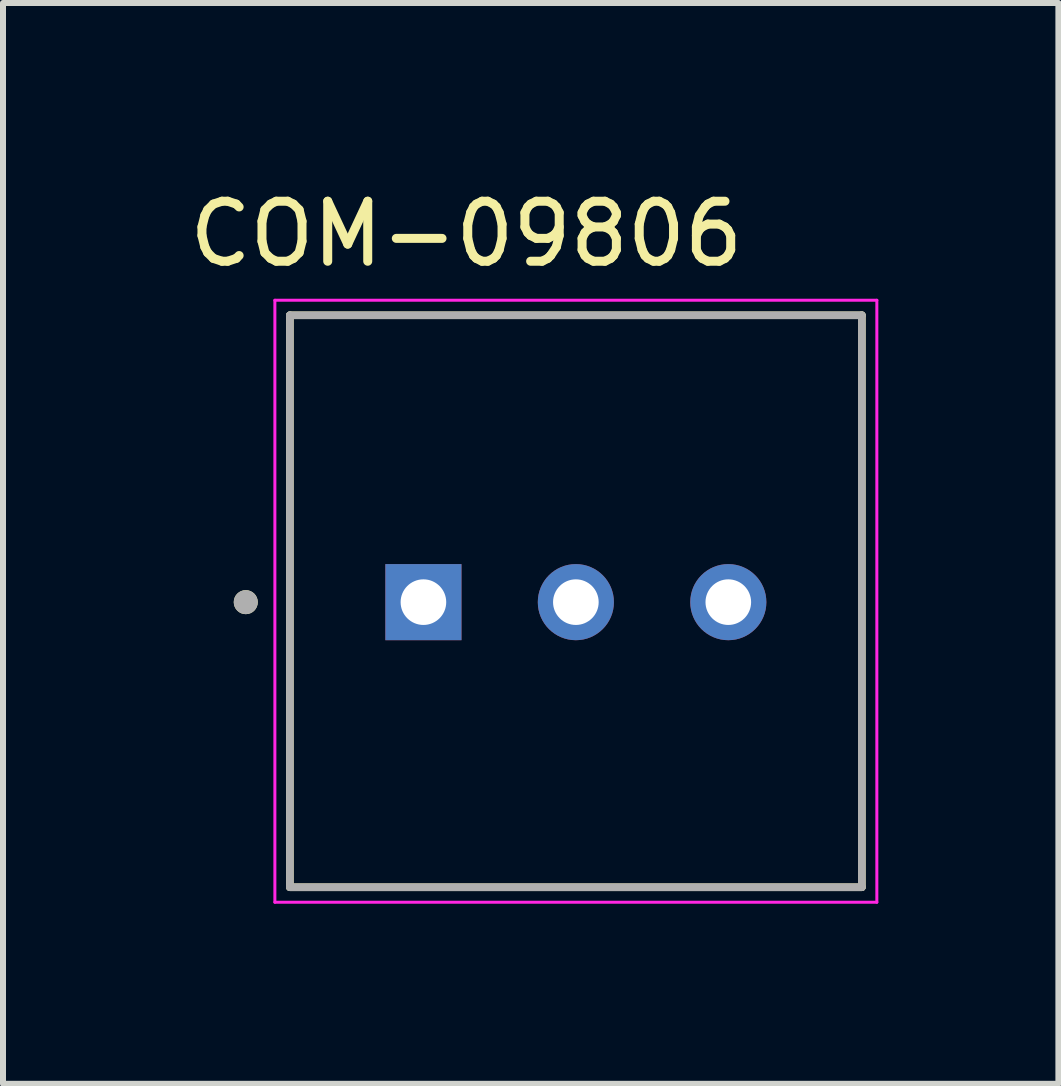
<source format=kicad_pcb>
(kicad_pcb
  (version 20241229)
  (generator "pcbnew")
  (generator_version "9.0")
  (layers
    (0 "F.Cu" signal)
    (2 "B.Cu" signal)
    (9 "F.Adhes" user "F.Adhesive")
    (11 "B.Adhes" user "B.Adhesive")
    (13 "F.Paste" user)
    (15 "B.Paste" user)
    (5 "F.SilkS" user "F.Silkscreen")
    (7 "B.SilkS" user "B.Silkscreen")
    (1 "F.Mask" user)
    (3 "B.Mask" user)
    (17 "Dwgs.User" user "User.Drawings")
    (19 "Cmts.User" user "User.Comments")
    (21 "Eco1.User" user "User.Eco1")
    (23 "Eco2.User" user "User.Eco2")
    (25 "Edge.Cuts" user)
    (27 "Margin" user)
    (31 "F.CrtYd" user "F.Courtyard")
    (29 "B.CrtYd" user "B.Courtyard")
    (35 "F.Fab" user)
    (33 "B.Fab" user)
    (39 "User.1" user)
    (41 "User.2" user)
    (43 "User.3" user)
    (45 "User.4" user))
  (footprint "COM-09806"
    (layer "F.Cu")
    (at 6.545 6.983)
    (property "Reference" "COM-09806" (at -1.825 -6.135 0) (layer "F.SilkS") (effects (font (size 1 1) (thickness 0.15))))
    (attr through_hole)
    (fp_line (start -4.765 -4.78) (end -4.765 4.75) (stroke (width 0.127) (type solid)) (layer "F.SilkS"))
    (fp_line (start -4.765 4.75) (end 4.765 4.75) (stroke (width 0.127) (type solid)) (layer "F.SilkS"))
    (fp_line (start 4.765 -4.78) (end -4.765 -4.78) (stroke (width 0.127) (type solid)) (layer "F.SilkS"))
    (fp_line (start 4.765 4.75) (end 4.765 -4.78) (stroke (width 0.127) (type solid)) (layer "F.SilkS"))
    (fp_circle (center -5.5 0) (end -5.4 0) (stroke (width 0.2) (type solid)) (fill no) (layer "F.SilkS"))
    (fp_line (start -5.015 -5.03) (end 5.015 -5.03) (stroke (width 0.05) (type solid)) (layer "F.CrtYd"))
    (fp_line (start -5.015 5) (end -5.015 -5.03) (stroke (width 0.05) (type solid)) (layer "F.CrtYd"))
    (fp_line (start 5.015 -5.03) (end 5.015 5) (stroke (width 0.05) (type solid)) (layer "F.CrtYd"))
    (fp_line (start 5.015 5) (end -5.015 5) (stroke (width 0.05) (type solid)) (layer "F.CrtYd"))
    (fp_line (start -4.765 -4.78) (end 4.765 -4.78) (stroke (width 0.127) (type solid)) (layer "F.Fab"))
    (fp_line (start -4.765 4.75) (end -4.765 -4.78) (stroke (width 0.127) (type solid)) (layer "F.Fab"))
    (fp_line (start 4.765 -4.78) (end 4.765 4.75) (stroke (width 0.127) (type solid)) (layer "F.Fab"))
    (fp_line (start 4.765 4.75) (end -4.765 4.75) (stroke (width 0.127) (type solid)) (layer "F.Fab"))
    (fp_circle (center -5.5 0) (end -5.4 0) (stroke (width 0.2) (type solid)) (fill no) (layer "F.Fab"))
    (pad "1" thru_hole rect (at -2.54 0) (size 1.268 1.268) (drill 0.76) (layers "*.Cu" "*.Mask"))
    (pad "2" thru_hole circle (at 0 0) (size 1.268 1.268) (drill 0.76) (layers "*.Cu" "*.Mask"))
    (pad "3" thru_hole circle (at 2.54 0) (size 1.268 1.268) (drill 0.76) (layers "*.Cu" "*.Mask")))
  (gr_rect
    (start -3 -3)
    (end 14.585 15.008)
    (stroke (width 0.1) (type default))
    (fill no)
    (layer "Edge.Cuts")))
</source>
